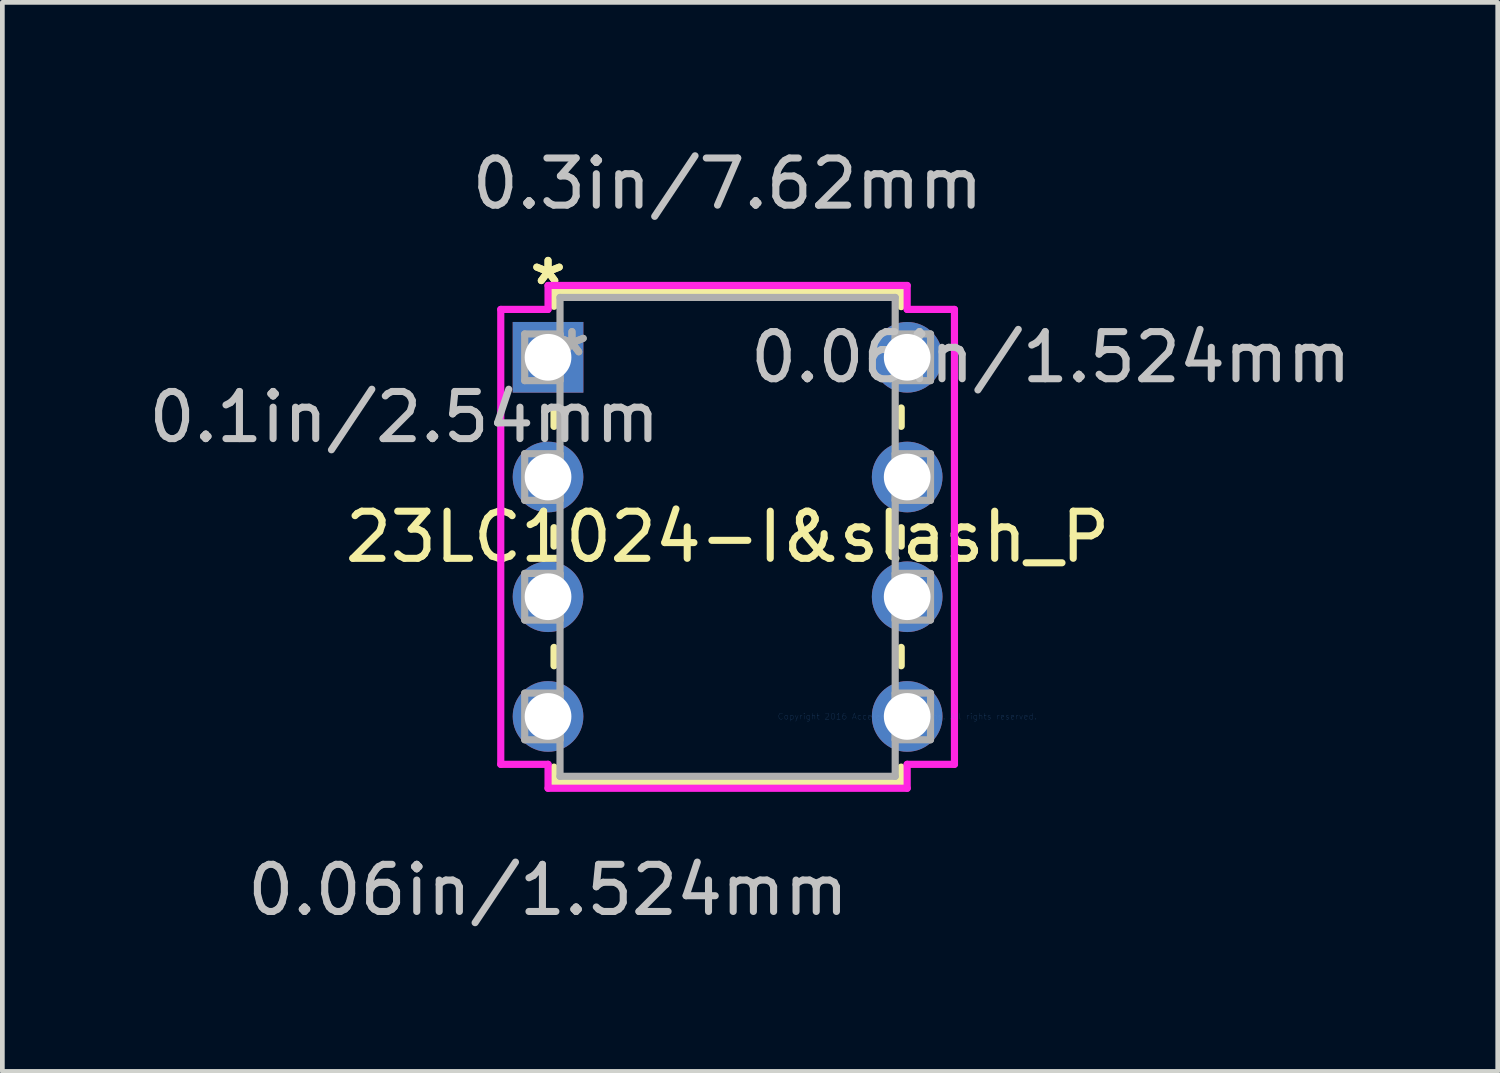
<source format=kicad_pcb>
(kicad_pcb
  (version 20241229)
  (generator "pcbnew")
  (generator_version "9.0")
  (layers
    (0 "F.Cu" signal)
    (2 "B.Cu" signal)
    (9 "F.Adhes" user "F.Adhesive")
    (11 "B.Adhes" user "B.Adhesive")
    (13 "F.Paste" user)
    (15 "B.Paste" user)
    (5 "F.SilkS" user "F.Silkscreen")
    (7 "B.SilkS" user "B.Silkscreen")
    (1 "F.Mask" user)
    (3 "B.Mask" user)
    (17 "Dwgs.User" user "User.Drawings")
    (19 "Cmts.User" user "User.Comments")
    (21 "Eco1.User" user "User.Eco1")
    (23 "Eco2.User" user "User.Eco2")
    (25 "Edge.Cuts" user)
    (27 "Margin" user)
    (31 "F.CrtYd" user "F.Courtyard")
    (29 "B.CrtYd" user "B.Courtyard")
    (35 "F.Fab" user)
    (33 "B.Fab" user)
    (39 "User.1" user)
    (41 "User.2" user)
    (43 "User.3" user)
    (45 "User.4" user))
  (footprint "23LC1024-I&slash_P"
    (layer "F.Cu")
    (at 16.198 12.151)
    (property "Reference" "23LC1024-I&slash_P" (at -3.81 -3.81 0) (layer "F.SilkS") (effects (font (size 1 1) (thickness 0.15))))
    (attr through_hole)
    (fp_line (start -7.493 -9.017) (end -7.493 -8.702) (stroke (width 0.152) (type solid)) (layer "F.SilkS"))
    (fp_line (start -7.493 -6.538) (end -7.493 -6.155) (stroke (width 0.152) (type solid)) (layer "F.SilkS"))
    (fp_line (start -7.493 -4.005) (end -7.493 -3.615) (stroke (width 0.152) (type solid)) (layer "F.SilkS"))
    (fp_line (start -7.493 -1.465) (end -7.493 -1.075) (stroke (width 0.152) (type solid)) (layer "F.SilkS"))
    (fp_line (start -7.493 1.075) (end -7.493 1.397) (stroke (width 0.152) (type solid)) (layer "F.SilkS"))
    (fp_line (start -7.493 1.397) (end -0.127 1.397) (stroke (width 0.152) (type solid)) (layer "F.SilkS"))
    (fp_line (start -0.127 -9.017) (end -7.493 -9.017) (stroke (width 0.152) (type solid)) (layer "F.SilkS"))
    (fp_line (start -0.127 -8.695) (end -0.127 -9.017) (stroke (width 0.152) (type solid)) (layer "F.SilkS"))
    (fp_line (start -0.127 -6.155) (end -0.127 -6.545) (stroke (width 0.152) (type solid)) (layer "F.SilkS"))
    (fp_line (start -0.127 -3.615) (end -0.127 -4.005) (stroke (width 0.152) (type solid)) (layer "F.SilkS"))
    (fp_line (start -0.127 -1.075) (end -0.127 -1.465) (stroke (width 0.152) (type solid)) (layer "F.SilkS"))
    (fp_line (start -0.127 1.397) (end -0.127 1.075) (stroke (width 0.152) (type solid)) (layer "F.SilkS"))
    (fp_line (start -8.623 -8.636) (end -8.623 1.016) (stroke (width 0.152) (type solid)) (layer "F.CrtYd"))
    (fp_line (start -8.623 1.016) (end -7.62 1.016) (stroke (width 0.152) (type solid)) (layer "F.CrtYd"))
    (fp_line (start -7.62 -9.144) (end -7.62 -8.636) (stroke (width 0.152) (type solid)) (layer "F.CrtYd"))
    (fp_line (start -7.62 -8.636) (end -8.623 -8.636) (stroke (width 0.152) (type solid)) (layer "F.CrtYd"))
    (fp_line (start -7.62 1.016) (end -7.62 1.524) (stroke (width 0.152) (type solid)) (layer "F.CrtYd"))
    (fp_line (start -7.62 1.524) (end 0 1.524) (stroke (width 0.152) (type solid)) (layer "F.CrtYd"))
    (fp_line (start 0 -9.144) (end -7.62 -9.144) (stroke (width 0.152) (type solid)) (layer "F.CrtYd"))
    (fp_line (start 0 -8.636) (end 0 -9.144) (stroke (width 0.152) (type solid)) (layer "F.CrtYd"))
    (fp_line (start 0 1.016) (end 1.003 1.016) (stroke (width 0.152) (type solid)) (layer "F.CrtYd"))
    (fp_line (start 0 1.524) (end 0 1.016) (stroke (width 0.152) (type solid)) (layer "F.CrtYd"))
    (fp_line (start 1.003 -8.636) (end 0 -8.636) (stroke (width 0.152) (type solid)) (layer "F.CrtYd"))
    (fp_line (start 1.003 1.016) (end 1.003 -8.636) (stroke (width 0.152) (type solid)) (layer "F.CrtYd"))
    (fp_line (start -8.115 -8.115) (end -8.115 -7.125) (stroke (width 0.152) (type solid)) (layer "F.Fab"))
    (fp_line (start -8.115 -7.125) (end -7.366 -7.125) (stroke (width 0.152) (type solid)) (layer "F.Fab"))
    (fp_line (start -8.115 -5.575) (end -8.115 -4.585) (stroke (width 0.152) (type solid)) (layer "F.Fab"))
    (fp_line (start -8.115 -4.585) (end -7.366 -4.585) (stroke (width 0.152) (type solid)) (layer "F.Fab"))
    (fp_line (start -8.115 -3.035) (end -8.115 -2.045) (stroke (width 0.152) (type solid)) (layer "F.Fab"))
    (fp_line (start -8.115 -2.045) (end -7.366 -2.045) (stroke (width 0.152) (type solid)) (layer "F.Fab"))
    (fp_line (start -8.115 -0.495) (end -8.115 0.495) (stroke (width 0.152) (type solid)) (layer "F.Fab"))
    (fp_line (start -8.115 0.495) (end -7.366 0.495) (stroke (width 0.152) (type solid)) (layer "F.Fab"))
    (fp_line (start -7.366 -8.89) (end -7.366 1.27) (stroke (width 0.152) (type solid)) (layer "F.Fab"))
    (fp_line (start -7.366 -8.115) (end -8.115 -8.115) (stroke (width 0.152) (type solid)) (layer "F.Fab"))
    (fp_line (start -7.366 -7.125) (end -7.366 -8.115) (stroke (width 0.152) (type solid)) (layer "F.Fab"))
    (fp_line (start -7.366 -5.575) (end -8.115 -5.575) (stroke (width 0.152) (type solid)) (layer "F.Fab"))
    (fp_line (start -7.366 -4.585) (end -7.366 -5.575) (stroke (width 0.152) (type solid)) (layer "F.Fab"))
    (fp_line (start -7.366 -3.035) (end -8.115 -3.035) (stroke (width 0.152) (type solid)) (layer "F.Fab"))
    (fp_line (start -7.366 -2.045) (end -7.366 -3.035) (stroke (width 0.152) (type solid)) (layer "F.Fab"))
    (fp_line (start -7.366 -0.495) (end -8.115 -0.495) (stroke (width 0.152) (type solid)) (layer "F.Fab"))
    (fp_line (start -7.366 0.495) (end -7.366 -0.495) (stroke (width 0.152) (type solid)) (layer "F.Fab"))
    (fp_line (start -7.366 1.27) (end -0.254 1.27) (stroke (width 0.152) (type solid)) (layer "F.Fab"))
    (fp_line (start -0.254 -8.89) (end -7.366 -8.89) (stroke (width 0.152) (type solid)) (layer "F.Fab"))
    (fp_line (start -0.254 -8.115) (end -0.254 -7.125) (stroke (width 0.152) (type solid)) (layer "F.Fab"))
    (fp_line (start -0.254 -7.125) (end 0.495 -7.125) (stroke (width 0.152) (type solid)) (layer "F.Fab"))
    (fp_line (start -0.254 -5.575) (end -0.254 -4.585) (stroke (width 0.152) (type solid)) (layer "F.Fab"))
    (fp_line (start -0.254 -4.585) (end 0.495 -4.585) (stroke (width 0.152) (type solid)) (layer "F.Fab"))
    (fp_line (start -0.254 -3.035) (end -0.254 -2.045) (stroke (width 0.152) (type solid)) (layer "F.Fab"))
    (fp_line (start -0.254 -2.045) (end 0.495 -2.045) (stroke (width 0.152) (type solid)) (layer "F.Fab"))
    (fp_line (start -0.254 -0.495) (end -0.254 0.495) (stroke (width 0.152) (type solid)) (layer "F.Fab"))
    (fp_line (start -0.254 0.495) (end 0.495 0.495) (stroke (width 0.152) (type solid)) (layer "F.Fab"))
    (fp_line (start -0.254 1.27) (end -0.254 -8.89) (stroke (width 0.152) (type solid)) (layer "F.Fab"))
    (fp_line (start 0.495 -8.115) (end -0.254 -8.115) (stroke (width 0.152) (type solid)) (layer "F.Fab"))
    (fp_line (start 0.495 -7.125) (end 0.495 -8.115) (stroke (width 0.152) (type solid)) (layer "F.Fab"))
    (fp_line (start 0.495 -5.575) (end -0.254 -5.575) (stroke (width 0.152) (type solid)) (layer "F.Fab"))
    (fp_line (start 0.495 -4.585) (end 0.495 -5.575) (stroke (width 0.152) (type solid)) (layer "F.Fab"))
    (fp_line (start 0.495 -3.035) (end -0.254 -3.035) (stroke (width 0.152) (type solid)) (layer "F.Fab"))
    (fp_line (start 0.495 -2.045) (end 0.495 -3.035) (stroke (width 0.152) (type solid)) (layer "F.Fab"))
    (fp_line (start 0.495 -0.495) (end -0.254 -0.495) (stroke (width 0.152) (type solid)) (layer "F.Fab"))
    (fp_line (start 0.495 0.495) (end 0.495 -0.495) (stroke (width 0.152) (type solid)) (layer "F.Fab"))
    (fp_text user "*" (at -7.62 -9.131 0) (layer "F.SilkS") (effects (font (size 1 1) (thickness 0.15))))
    (fp_text user "*" (at -7.62 -9.131 0) (layer "F.SilkS") (effects (font (size 1 1) (thickness 0.15))))
    (fp_text user "0.3in/7.62mm" (at -3.81 -11.303 0) (layer "Dwgs.User") (effects (font (size 1 1) (thickness 0.15))))
    (fp_text user "0.1in/2.54mm" (at -10.668 -6.35 0) (layer "Dwgs.User") (effects (font (size 1 1) (thickness 0.15))))
    (fp_text user "0.06in/1.524mm" (at -7.62 3.683 0) (layer "Dwgs.User") (effects (font (size 1 1) (thickness 0.15))))
    (fp_text user "0.06in/1.524mm" (at 3.048 -7.62 0) (layer "Dwgs.User") (effects (font (size 1 1) (thickness 0.15))))
    (fp_text user "Copyright 2016 Accelerated Designs. All rights reserved." (at 0 0 0) (layer "Cmts.User") (effects (font (size 0.127 0.127) (thickness 0.002))))
    (fp_text user "*" (at -7.112 -7.62 0) (layer "F.Fab") (effects (font (size 1 1) (thickness 0.15))))
    (fp_text user "*" (at -7.112 -7.62 0) (layer "F.Fab") (effects (font (size 1 1) (thickness 0.15))))
    (pad "1" thru_hole rect (at -7.62 -7.62) (size 1.499 1.499) (drill 0.991) (layers "*.Cu" "*.Mask"))
    (pad "2" thru_hole circle (at -7.62 -5.08) (size 1.499 1.499) (drill 0.991) (layers "*.Cu" "*.Mask"))
    (pad "3" thru_hole circle (at -7.62 -2.54) (size 1.499 1.499) (drill 0.991) (layers "*.Cu" "*.Mask"))
    (pad "4" thru_hole circle (at -7.62 0) (size 1.499 1.499) (drill 0.991) (layers "*.Cu" "*.Mask"))
    (pad "5" thru_hole circle (at 0 0) (size 1.499 1.499) (drill 0.991) (layers "*.Cu" "*.Mask"))
    (pad "6" thru_hole circle (at 0 -2.54) (size 1.499 1.499) (drill 0.991) (layers "*.Cu" "*.Mask"))
    (pad "7" thru_hole circle (at 0 -5.08) (size 1.499 1.499) (drill 0.991) (layers "*.Cu" "*.Mask"))
    (pad "8" thru_hole circle (at 0 -7.62) (size 1.499 1.499) (drill 0.991) (layers "*.Cu" "*.Mask")))
  (gr_rect
    (start -3 -3)
    (end 28.728 19.683)
    (stroke (width 0.1) (type default))
    (fill no)
    (layer "Edge.Cuts")))
</source>
